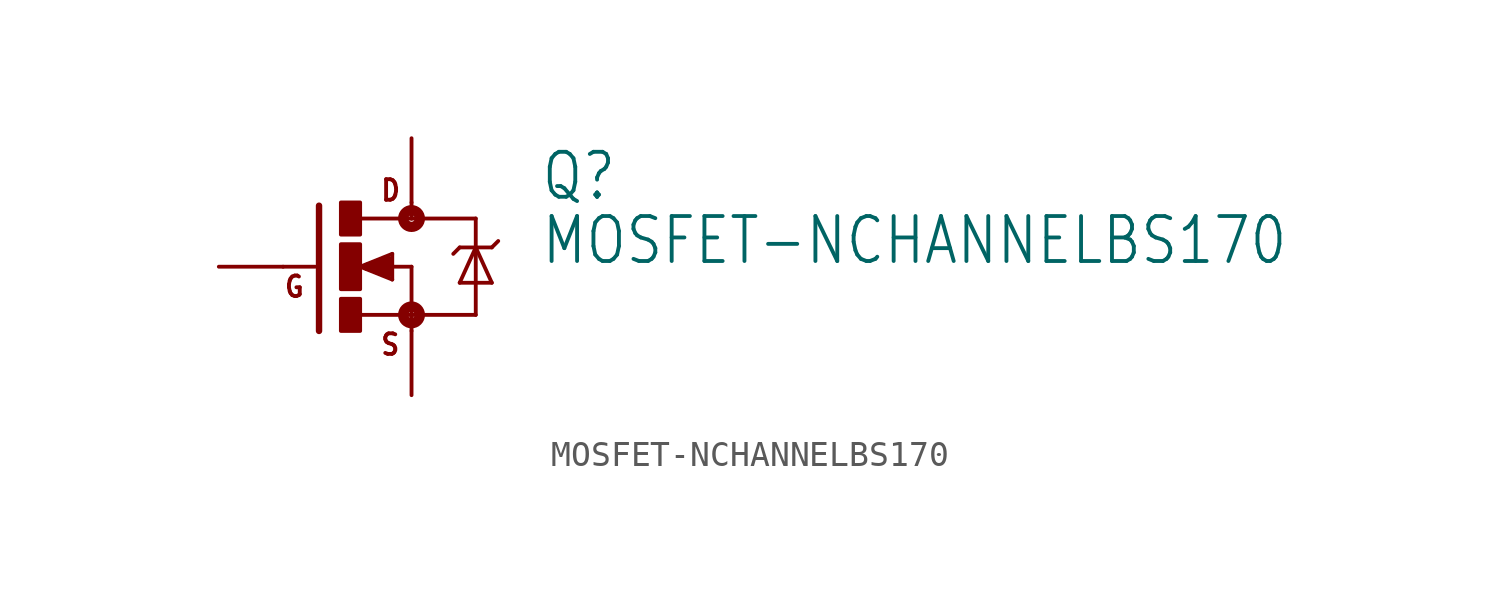
<source format=kicad_sym>
(kicad_symbol_lib
  (version 20211014)
  (generator kicad_symbol_editor)
  (symbol "MOSFET-NCHANNELBS170"
    (property "Reference" "Q"
      (at 5.08 2.54 0)
      (effects (font (size 1.778 1.511)) (justify left bottom)))
    (property "Value" "MOSFET-NCHANNELBS170"
      (at 5.08 0 0)
      (effects (font (size 1.778 1.511)) (justify left bottom)))
    (property "ki_locked" ""
      (at 0 0 0)
      (effects (font (size 1.27 1.27))))
    (symbol "MOSFET-NCHANNELBS170_1_0"
      (rectangle (start -2.794 -2.54) (end -2.032 -1.27) (stroke (width 0) (type default) (color 0 0 0 0)) (fill (type outline)))
      (rectangle (start -2.794 -0.889) (end -2.032 0.889) (stroke (width 0) (type default) (color 0 0 0 0)) (fill (type outline)))
      (rectangle (start -2.794 1.27) (end -2.032 2.54) (stroke (width 0) (type default) (color 0 0 0 0)) (fill (type outline)))
      (circle (center 0 -1.905) (radius 0.127) (stroke (width 0.406) (type default) (color 0 0 0 0)) (fill (type none)))
      (polyline (pts (xy -3.81 0) (xy -5.08 0)) (stroke (width 0.152) (type default) (color 0 0 0 0)) (fill (type none)))
      (polyline (pts (xy -3.658 2.413) (xy -3.658 -2.54)) (stroke (width 0.254) (type default) (color 0 0 0 0)) (fill (type none)))
      (polyline (pts (xy -2.032 -1.905) (xy 0 -1.905)) (stroke (width 0.152) (type default) (color 0 0 0 0)) (fill (type none)))
      (polyline (pts (xy -2.032 0) (xy -0.762 -0.508)) (stroke (width 0.152) (type default) (color 0 0 0 0)) (fill (type none)))
      (polyline (pts (xy -1.778 0) (xy -0.889 -0.254)) (stroke (width 0.305) (type default) (color 0 0 0 0)) (fill (type none)))
      (polyline (pts (xy -0.889 -0.254) (xy -0.889 0)) (stroke (width 0.305) (type default) (color 0 0 0 0)) (fill (type none)))
      (polyline (pts (xy -0.889 0) (xy -1.143 0)) (stroke (width 0.305) (type default) (color 0 0 0 0)) (fill (type none)))
      (polyline (pts (xy -0.889 0) (xy 0 0)) (stroke (width 0.152) (type default) (color 0 0 0 0)) (fill (type none)))
      (polyline (pts (xy -0.889 0.254) (xy -1.778 0)) (stroke (width 0.305) (type default) (color 0 0 0 0)) (fill (type none)))
      (polyline (pts (xy -0.762 -0.508) (xy -0.762 0.508)) (stroke (width 0.152) (type default) (color 0 0 0 0)) (fill (type none)))
      (polyline (pts (xy -0.762 0.508) (xy -2.032 0)) (stroke (width 0.152) (type default) (color 0 0 0 0)) (fill (type none)))
      (polyline (pts (xy 0 -1.905) (xy 0 -2.54)) (stroke (width 0.152) (type default) (color 0 0 0 0)) (fill (type none)))
      (polyline (pts (xy 0 0) (xy 0 -1.905)) (stroke (width 0.152) (type default) (color 0 0 0 0)) (fill (type none)))
      (polyline (pts (xy 0 1.905) (xy -2.007 1.905)) (stroke (width 0.152) (type default) (color 0 0 0 0)) (fill (type none)))
      (polyline (pts (xy 0 1.905) (xy 2.54 1.905)) (stroke (width 0.152) (type default) (color 0 0 0 0)) (fill (type none)))
      (polyline (pts (xy 0 2.54) (xy 0 1.905)) (stroke (width 0.152) (type default) (color 0 0 0 0)) (fill (type none)))
      (polyline (pts (xy 1.905 -0.635) (xy 3.175 -0.635)) (stroke (width 0.152) (type default) (color 0 0 0 0)) (fill (type none)))
      (polyline (pts (xy 1.905 0.762) (xy 1.651 0.508)) (stroke (width 0.152) (type default) (color 0 0 0 0)) (fill (type none)))
      (polyline (pts (xy 1.905 0.762) (xy 2.54 0.762)) (stroke (width 0.152) (type default) (color 0 0 0 0)) (fill (type none)))
      (polyline (pts (xy 2.54 -1.905) (xy 0 -1.905)) (stroke (width 0.152) (type default) (color 0 0 0 0)) (fill (type none)))
      (polyline (pts (xy 2.54 0.762) (xy 1.905 -0.635)) (stroke (width 0.152) (type default) (color 0 0 0 0)) (fill (type none)))
      (polyline (pts (xy 2.54 0.762) (xy 2.54 -1.905)) (stroke (width 0.152) (type default) (color 0 0 0 0)) (fill (type none)))
      (polyline (pts (xy 2.54 0.762) (xy 3.175 0.762)) (stroke (width 0.152) (type default) (color 0 0 0 0)) (fill (type none)))
      (polyline (pts (xy 2.54 1.905) (xy 2.54 0.762)) (stroke (width 0.152) (type default) (color 0 0 0 0)) (fill (type none)))
      (polyline (pts (xy 3.175 -0.635) (xy 2.54 0.762)) (stroke (width 0.152) (type default) (color 0 0 0 0)) (fill (type none)))
      (polyline (pts (xy 3.175 0.762) (xy 3.429 1.016)) (stroke (width 0.152) (type default) (color 0 0 0 0)) (fill (type none)))
      (circle (center 0 1.905) (radius 0.127) (stroke (width 0.406) (type default) (color 0 0 0 0)) (fill (type none)))
      (text "D" (at -1.27 2.54 0) (effects (font (size 0.813 0.691)) (justify left bottom)))
      (text "G" (at -5.08 -1.27 0) (effects (font (size 0.813 0.691)) (justify left bottom)))
      (text "S" (at -1.27 -3.556 0) (effects (font (size 0.813 0.691)) (justify left bottom)))
      (pin passive line (at 0 5.08 270) (length 2.54) (name "D" (effects (font (size 0 0)))) (number "1" (effects (font (size 0 0)))))
      (pin passive line (at -7.62 0 0) (length 2.54) (name "G" (effects (font (size 0 0)))) (number "2" (effects (font (size 0 0)))))
      (pin passive line (at 0 -5.08 90) (length 2.54) (name "S" (effects (font (size 0 0)))) (number "3" (effects (font (size 0 0))))))))
</source>
